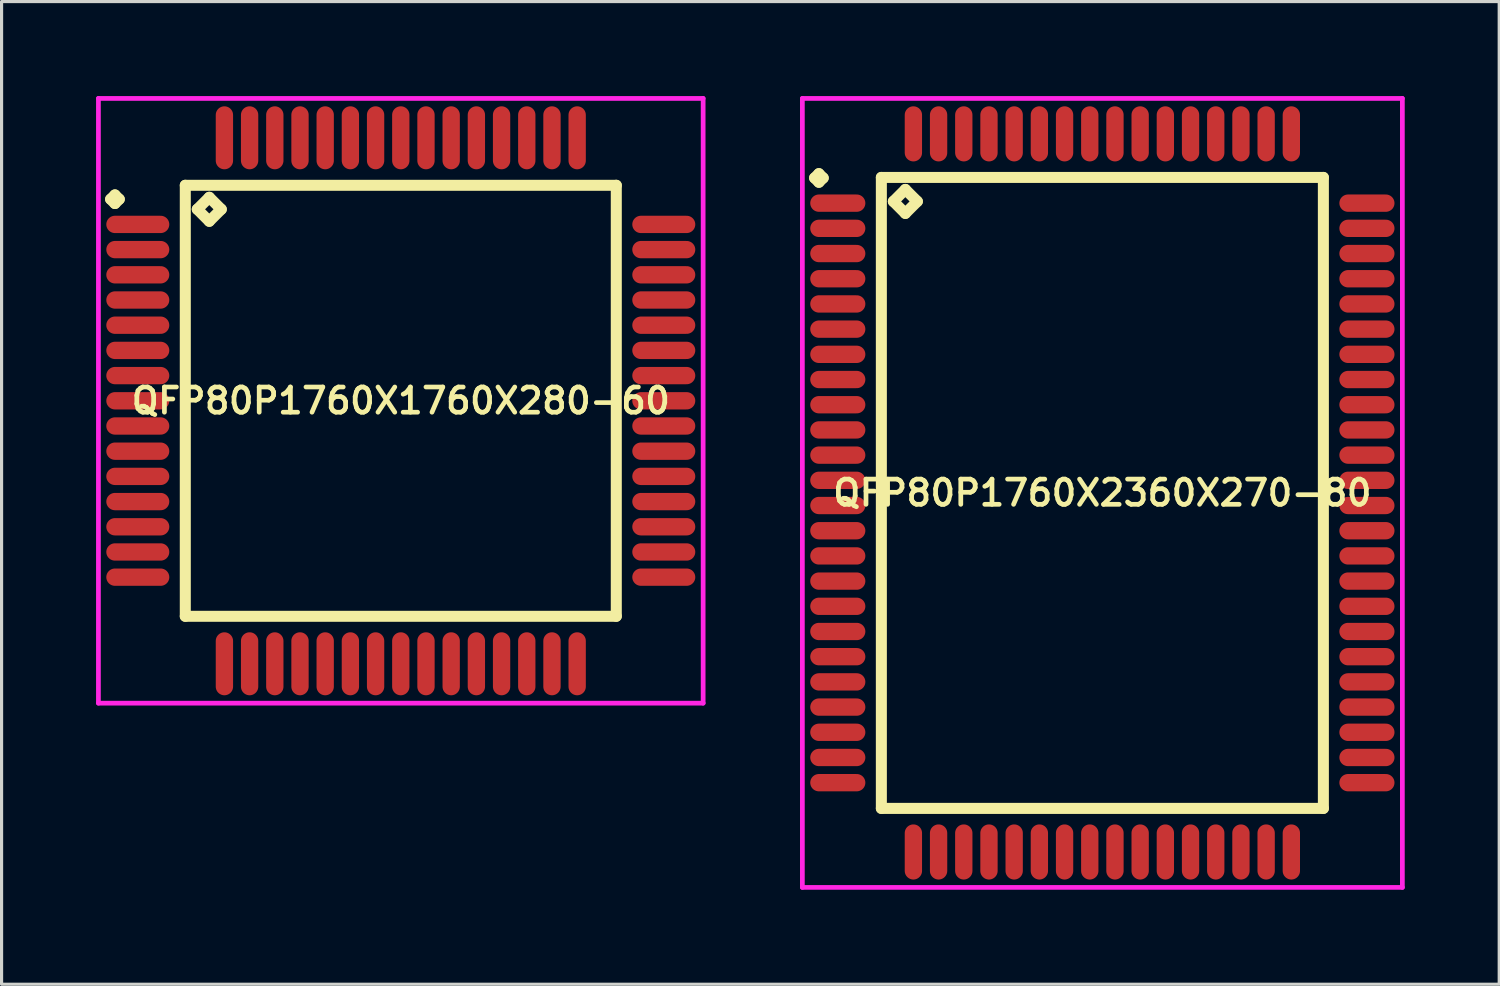
<source format=kicad_pcb>
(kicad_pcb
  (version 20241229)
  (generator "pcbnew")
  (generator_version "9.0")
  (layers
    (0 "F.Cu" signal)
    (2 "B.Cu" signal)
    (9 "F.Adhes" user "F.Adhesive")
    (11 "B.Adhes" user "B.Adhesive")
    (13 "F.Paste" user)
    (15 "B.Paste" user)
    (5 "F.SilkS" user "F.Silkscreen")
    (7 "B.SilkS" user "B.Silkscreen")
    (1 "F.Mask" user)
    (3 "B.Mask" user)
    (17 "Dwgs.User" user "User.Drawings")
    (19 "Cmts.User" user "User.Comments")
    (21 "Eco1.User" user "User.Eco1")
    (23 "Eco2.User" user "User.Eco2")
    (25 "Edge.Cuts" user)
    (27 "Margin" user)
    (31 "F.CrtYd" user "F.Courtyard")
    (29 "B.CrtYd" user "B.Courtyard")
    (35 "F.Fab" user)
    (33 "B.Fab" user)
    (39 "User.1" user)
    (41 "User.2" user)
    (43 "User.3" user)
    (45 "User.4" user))
  (footprint "QFP80P1760X1760X280-60"
    (layer "F.Cu")
    (at 9.675 9.675)
    (property "Reference" "QFP80P1760X1760X280-60" (at 0 0 0) (layer "F.SilkS") (effects (font (size 0.8 0.8) (thickness 0.15))))
    (attr through_hole)
    (fp_line (start -9.213 -6.4) (end -9.075 -6.537) (stroke (width 0.35) (type solid)) (layer "F.SilkS"))
    (fp_line (start -9.075 -6.537) (end -8.938 -6.4) (stroke (width 0.35) (type solid)) (layer "F.SilkS"))
    (fp_line (start -9.075 -6.263) (end -9.213 -6.4) (stroke (width 0.35) (type solid)) (layer "F.SilkS"))
    (fp_line (start -8.938 -6.4) (end -9.075 -6.263) (stroke (width 0.35) (type solid)) (layer "F.SilkS"))
    (fp_line (start -6.842 -6.842) (end -6.842 6.842) (stroke (width 0.35) (type solid)) (layer "F.SilkS"))
    (fp_line (start -6.842 6.842) (end 6.842 6.842) (stroke (width 0.35) (type solid)) (layer "F.SilkS"))
    (fp_line (start -6.461 -6.08) (end -6.08 -6.461) (stroke (width 0.35) (type solid)) (layer "F.SilkS"))
    (fp_line (start -6.08 -6.461) (end -5.699 -6.08) (stroke (width 0.35) (type solid)) (layer "F.SilkS"))
    (fp_line (start -6.08 -5.699) (end -6.461 -6.08) (stroke (width 0.35) (type solid)) (layer "F.SilkS"))
    (fp_line (start -5.699 -6.08) (end -6.08 -5.699) (stroke (width 0.35) (type solid)) (layer "F.SilkS"))
    (fp_line (start 6.842 -6.842) (end -6.842 -6.842) (stroke (width 0.35) (type solid)) (layer "F.SilkS"))
    (fp_line (start 6.842 6.842) (end 6.842 -6.842) (stroke (width 0.35) (type solid)) (layer "F.SilkS"))
    (fp_line (start -9.6 -9.6) (end 9.6 -9.6) (stroke (width 0.15) (type solid)) (layer "F.CrtYd"))
    (fp_line (start -9.6 9.6) (end -9.6 -9.6) (stroke (width 0.15) (type solid)) (layer "F.CrtYd"))
    (fp_line (start 9.6 -9.6) (end 9.6 9.6) (stroke (width 0.15) (type solid)) (layer "F.CrtYd"))
    (fp_line (start 9.6 9.6) (end -9.6 9.6) (stroke (width 0.15) (type solid)) (layer "F.CrtYd"))
    (pad "1" smd oval (at -8.35 -5.6) (size 2 0.55) (layers "F.Cu" "F.Mask" "F.Paste"))
    (pad "2" smd oval (at -8.35 -4.8) (size 2 0.55) (layers "F.Cu" "F.Mask" "F.Paste"))
    (pad "3" smd oval (at -8.35 -4) (size 2 0.55) (layers "F.Cu" "F.Mask" "F.Paste"))
    (pad "4" smd oval (at -8.35 -3.2) (size 2 0.55) (layers "F.Cu" "F.Mask" "F.Paste"))
    (pad "5" smd oval (at -8.35 -2.4) (size 2 0.55) (layers "F.Cu" "F.Mask" "F.Paste"))
    (pad "6" smd oval (at -8.35 -1.6) (size 2 0.55) (layers "F.Cu" "F.Mask" "F.Paste"))
    (pad "7" smd oval (at -8.35 -0.8) (size 2 0.55) (layers "F.Cu" "F.Mask" "F.Paste"))
    (pad "8" smd oval (at -8.35 0) (size 2 0.55) (layers "F.Cu" "F.Mask" "F.Paste"))
    (pad "9" smd oval (at -8.35 0.8) (size 2 0.55) (layers "F.Cu" "F.Mask" "F.Paste"))
    (pad "10" smd oval (at -8.35 1.6) (size 2 0.55) (layers "F.Cu" "F.Mask" "F.Paste"))
    (pad "11" smd oval (at -8.35 2.4) (size 2 0.55) (layers "F.Cu" "F.Mask" "F.Paste"))
    (pad "12" smd oval (at -8.35 3.2) (size 2 0.55) (layers "F.Cu" "F.Mask" "F.Paste"))
    (pad "13" smd oval (at -8.35 4) (size 2 0.55) (layers "F.Cu" "F.Mask" "F.Paste"))
    (pad "14" smd oval (at -8.35 4.8) (size 2 0.55) (layers "F.Cu" "F.Mask" "F.Paste"))
    (pad "15" smd oval (at -8.35 5.6) (size 2 0.55) (layers "F.Cu" "F.Mask" "F.Paste"))
    (pad "16" smd oval (at -5.6 8.35) (size 0.55 2) (layers "F.Cu" "F.Mask" "F.Paste"))
    (pad "17" smd oval (at -4.8 8.35) (size 0.55 2) (layers "F.Cu" "F.Mask" "F.Paste"))
    (pad "18" smd oval (at -4 8.35) (size 0.55 2) (layers "F.Cu" "F.Mask" "F.Paste"))
    (pad "19" smd oval (at -3.2 8.35) (size 0.55 2) (layers "F.Cu" "F.Mask" "F.Paste"))
    (pad "20" smd oval (at -2.4 8.35) (size 0.55 2) (layers "F.Cu" "F.Mask" "F.Paste"))
    (pad "21" smd oval (at -1.6 8.35) (size 0.55 2) (layers "F.Cu" "F.Mask" "F.Paste"))
    (pad "22" smd oval (at -0.8 8.35) (size 0.55 2) (layers "F.Cu" "F.Mask" "F.Paste"))
    (pad "23" smd oval (at 0 8.35) (size 0.55 2) (layers "F.Cu" "F.Mask" "F.Paste"))
    (pad "24" smd oval (at 0.8 8.35) (size 0.55 2) (layers "F.Cu" "F.Mask" "F.Paste"))
    (pad "25" smd oval (at 1.6 8.35) (size 0.55 2) (layers "F.Cu" "F.Mask" "F.Paste"))
    (pad "26" smd oval (at 2.4 8.35) (size 0.55 2) (layers "F.Cu" "F.Mask" "F.Paste"))
    (pad "27" smd oval (at 3.2 8.35) (size 0.55 2) (layers "F.Cu" "F.Mask" "F.Paste"))
    (pad "28" smd oval (at 4 8.35) (size 0.55 2) (layers "F.Cu" "F.Mask" "F.Paste"))
    (pad "29" smd oval (at 4.8 8.35) (size 0.55 2) (layers "F.Cu" "F.Mask" "F.Paste"))
    (pad "30" smd oval (at 5.6 8.35) (size 0.55 2) (layers "F.Cu" "F.Mask" "F.Paste"))
    (pad "31" smd oval (at 8.35 5.6) (size 2 0.55) (layers "F.Cu" "F.Mask" "F.Paste"))
    (pad "32" smd oval (at 8.35 4.8) (size 2 0.55) (layers "F.Cu" "F.Mask" "F.Paste"))
    (pad "33" smd oval (at 8.35 4) (size 2 0.55) (layers "F.Cu" "F.Mask" "F.Paste"))
    (pad "34" smd oval (at 8.35 3.2) (size 2 0.55) (layers "F.Cu" "F.Mask" "F.Paste"))
    (pad "35" smd oval (at 8.35 2.4) (size 2 0.55) (layers "F.Cu" "F.Mask" "F.Paste"))
    (pad "36" smd oval (at 8.35 1.6) (size 2 0.55) (layers "F.Cu" "F.Mask" "F.Paste"))
    (pad "37" smd oval (at 8.35 0.8) (size 2 0.55) (layers "F.Cu" "F.Mask" "F.Paste"))
    (pad "38" smd oval (at 8.35 0) (size 2 0.55) (layers "F.Cu" "F.Mask" "F.Paste"))
    (pad "39" smd oval (at 8.35 -0.8) (size 2 0.55) (layers "F.Cu" "F.Mask" "F.Paste"))
    (pad "40" smd oval (at 8.35 -1.6) (size 2 0.55) (layers "F.Cu" "F.Mask" "F.Paste"))
    (pad "41" smd oval (at 8.35 -2.4) (size 2 0.55) (layers "F.Cu" "F.Mask" "F.Paste"))
    (pad "42" smd oval (at 8.35 -3.2) (size 2 0.55) (layers "F.Cu" "F.Mask" "F.Paste"))
    (pad "43" smd oval (at 8.35 -4) (size 2 0.55) (layers "F.Cu" "F.Mask" "F.Paste"))
    (pad "44" smd oval (at 8.35 -4.8) (size 2 0.55) (layers "F.Cu" "F.Mask" "F.Paste"))
    (pad "45" smd oval (at 8.35 -5.6) (size 2 0.55) (layers "F.Cu" "F.Mask" "F.Paste"))
    (pad "46" smd oval (at 5.6 -8.35) (size 0.55 2) (layers "F.Cu" "F.Mask" "F.Paste"))
    (pad "47" smd oval (at 4.8 -8.35) (size 0.55 2) (layers "F.Cu" "F.Mask" "F.Paste"))
    (pad "48" smd oval (at 4 -8.35) (size 0.55 2) (layers "F.Cu" "F.Mask" "F.Paste"))
    (pad "49" smd oval (at 3.2 -8.35) (size 0.55 2) (layers "F.Cu" "F.Mask" "F.Paste"))
    (pad "50" smd oval (at 2.4 -8.35) (size 0.55 2) (layers "F.Cu" "F.Mask" "F.Paste"))
    (pad "51" smd oval (at 1.6 -8.35) (size 0.55 2) (layers "F.Cu" "F.Mask" "F.Paste"))
    (pad "52" smd oval (at 0.8 -8.35) (size 0.55 2) (layers "F.Cu" "F.Mask" "F.Paste"))
    (pad "53" smd oval (at 0 -8.35) (size 0.55 2) (layers "F.Cu" "F.Mask" "F.Paste"))
    (pad "54" smd oval (at -0.8 -8.35) (size 0.55 2) (layers "F.Cu" "F.Mask" "F.Paste"))
    (pad "55" smd oval (at -1.6 -8.35) (size 0.55 2) (layers "F.Cu" "F.Mask" "F.Paste"))
    (pad "56" smd oval (at -2.4 -8.35) (size 0.55 2) (layers "F.Cu" "F.Mask" "F.Paste"))
    (pad "57" smd oval (at -3.2 -8.35) (size 0.55 2) (layers "F.Cu" "F.Mask" "F.Paste"))
    (pad "58" smd oval (at -4 -8.35) (size 0.55 2) (layers "F.Cu" "F.Mask" "F.Paste"))
    (pad "59" smd oval (at -4.8 -8.35) (size 0.55 2) (layers "F.Cu" "F.Mask" "F.Paste"))
    (pad "60" smd oval (at -5.6 -8.35) (size 0.55 2) (layers "F.Cu" "F.Mask" "F.Paste")))
  (footprint "QFP80P1760X2360X270-80"
    (layer "F.Cu")
    (at 31.95 12.6)
    (property "Reference" "QFP80P1760X2360X270-80" (at 0 0 0) (layer "F.SilkS") (effects (font (size 0.8 0.8) (thickness 0.15))))
    (attr through_hole)
    (fp_line (start -9.137 -10) (end -9 -10.137) (stroke (width 0.35) (type solid)) (layer "F.SilkS"))
    (fp_line (start -9 -10.137) (end -8.863 -10) (stroke (width 0.35) (type solid)) (layer "F.SilkS"))
    (fp_line (start -9 -9.863) (end -9.137 -10) (stroke (width 0.35) (type solid)) (layer "F.SilkS"))
    (fp_line (start -8.863 -10) (end -9 -9.863) (stroke (width 0.35) (type solid)) (layer "F.SilkS"))
    (fp_line (start -7.017 -10.017) (end -7.017 10.017) (stroke (width 0.35) (type solid)) (layer "F.SilkS"))
    (fp_line (start -7.017 10.017) (end 7.017 10.017) (stroke (width 0.35) (type solid)) (layer "F.SilkS"))
    (fp_line (start -6.636 -9.255) (end -6.255 -9.636) (stroke (width 0.35) (type solid)) (layer "F.SilkS"))
    (fp_line (start -6.255 -9.636) (end -5.874 -9.255) (stroke (width 0.35) (type solid)) (layer "F.SilkS"))
    (fp_line (start -6.255 -8.874) (end -6.636 -9.255) (stroke (width 0.35) (type solid)) (layer "F.SilkS"))
    (fp_line (start -5.874 -9.255) (end -6.255 -8.874) (stroke (width 0.35) (type solid)) (layer "F.SilkS"))
    (fp_line (start 7.017 -10.017) (end -7.017 -10.017) (stroke (width 0.35) (type solid)) (layer "F.SilkS"))
    (fp_line (start 7.017 10.017) (end 7.017 -10.017) (stroke (width 0.35) (type solid)) (layer "F.SilkS"))
    (fp_line (start -9.525 -12.525) (end 9.525 -12.525) (stroke (width 0.15) (type solid)) (layer "F.CrtYd"))
    (fp_line (start -9.525 12.525) (end -9.525 -12.525) (stroke (width 0.15) (type solid)) (layer "F.CrtYd"))
    (fp_line (start 9.525 -12.525) (end 9.525 12.525) (stroke (width 0.15) (type solid)) (layer "F.CrtYd"))
    (fp_line (start 9.525 12.525) (end -9.525 12.525) (stroke (width 0.15) (type solid)) (layer "F.CrtYd"))
    (pad "1" smd oval (at -8.4 -9.2) (size 1.75 0.55) (layers "F.Cu" "F.Mask" "F.Paste"))
    (pad "2" smd oval (at -8.4 -8.4) (size 1.75 0.55) (layers "F.Cu" "F.Mask" "F.Paste"))
    (pad "3" smd oval (at -8.4 -7.6) (size 1.75 0.55) (layers "F.Cu" "F.Mask" "F.Paste"))
    (pad "4" smd oval (at -8.4 -6.8) (size 1.75 0.55) (layers "F.Cu" "F.Mask" "F.Paste"))
    (pad "5" smd oval (at -8.4 -6) (size 1.75 0.55) (layers "F.Cu" "F.Mask" "F.Paste"))
    (pad "6" smd oval (at -8.4 -5.2) (size 1.75 0.55) (layers "F.Cu" "F.Mask" "F.Paste"))
    (pad "7" smd oval (at -8.4 -4.4) (size 1.75 0.55) (layers "F.Cu" "F.Mask" "F.Paste"))
    (pad "8" smd oval (at -8.4 -3.6) (size 1.75 0.55) (layers "F.Cu" "F.Mask" "F.Paste"))
    (pad "9" smd oval (at -8.4 -2.8) (size 1.75 0.55) (layers "F.Cu" "F.Mask" "F.Paste"))
    (pad "10" smd oval (at -8.4 -2) (size 1.75 0.55) (layers "F.Cu" "F.Mask" "F.Paste"))
    (pad "11" smd oval (at -8.4 -1.2) (size 1.75 0.55) (layers "F.Cu" "F.Mask" "F.Paste"))
    (pad "12" smd oval (at -8.4 -0.4) (size 1.75 0.55) (layers "F.Cu" "F.Mask" "F.Paste"))
    (pad "13" smd oval (at -8.4 0.4) (size 1.75 0.55) (layers "F.Cu" "F.Mask" "F.Paste"))
    (pad "14" smd oval (at -8.4 1.2) (size 1.75 0.55) (layers "F.Cu" "F.Mask" "F.Paste"))
    (pad "15" smd oval (at -8.4 2) (size 1.75 0.55) (layers "F.Cu" "F.Mask" "F.Paste"))
    (pad "16" smd oval (at -8.4 2.8) (size 1.75 0.55) (layers "F.Cu" "F.Mask" "F.Paste"))
    (pad "17" smd oval (at -8.4 3.6) (size 1.75 0.55) (layers "F.Cu" "F.Mask" "F.Paste"))
    (pad "18" smd oval (at -8.4 4.4) (size 1.75 0.55) (layers "F.Cu" "F.Mask" "F.Paste"))
    (pad "19" smd oval (at -8.4 5.2) (size 1.75 0.55) (layers "F.Cu" "F.Mask" "F.Paste"))
    (pad "20" smd oval (at -8.4 6) (size 1.75 0.55) (layers "F.Cu" "F.Mask" "F.Paste"))
    (pad "21" smd oval (at -8.4 6.8) (size 1.75 0.55) (layers "F.Cu" "F.Mask" "F.Paste"))
    (pad "22" smd oval (at -8.4 7.6) (size 1.75 0.55) (layers "F.Cu" "F.Mask" "F.Paste"))
    (pad "23" smd oval (at -8.4 8.4) (size 1.75 0.55) (layers "F.Cu" "F.Mask" "F.Paste"))
    (pad "24" smd oval (at -8.4 9.2) (size 1.75 0.55) (layers "F.Cu" "F.Mask" "F.Paste"))
    (pad "25" smd oval (at -6 11.4) (size 0.55 1.75) (layers "F.Cu" "F.Mask" "F.Paste"))
    (pad "26" smd oval (at -5.2 11.4) (size 0.55 1.75) (layers "F.Cu" "F.Mask" "F.Paste"))
    (pad "27" smd oval (at -4.4 11.4) (size 0.55 1.75) (layers "F.Cu" "F.Mask" "F.Paste"))
    (pad "28" smd oval (at -3.6 11.4) (size 0.55 1.75) (layers "F.Cu" "F.Mask" "F.Paste"))
    (pad "29" smd oval (at -2.8 11.4) (size 0.55 1.75) (layers "F.Cu" "F.Mask" "F.Paste"))
    (pad "30" smd oval (at -2 11.4) (size 0.55 1.75) (layers "F.Cu" "F.Mask" "F.Paste"))
    (pad "31" smd oval (at -1.2 11.4) (size 0.55 1.75) (layers "F.Cu" "F.Mask" "F.Paste"))
    (pad "32" smd oval (at -0.4 11.4) (size 0.55 1.75) (layers "F.Cu" "F.Mask" "F.Paste"))
    (pad "33" smd oval (at 0.4 11.4) (size 0.55 1.75) (layers "F.Cu" "F.Mask" "F.Paste"))
    (pad "34" smd oval (at 1.2 11.4) (size 0.55 1.75) (layers "F.Cu" "F.Mask" "F.Paste"))
    (pad "35" smd oval (at 2 11.4) (size 0.55 1.75) (layers "F.Cu" "F.Mask" "F.Paste"))
    (pad "36" smd oval (at 2.8 11.4) (size 0.55 1.75) (layers "F.Cu" "F.Mask" "F.Paste"))
    (pad "37" smd oval (at 3.6 11.4) (size 0.55 1.75) (layers "F.Cu" "F.Mask" "F.Paste"))
    (pad "38" smd oval (at 4.4 11.4) (size 0.55 1.75) (layers "F.Cu" "F.Mask" "F.Paste"))
    (pad "39" smd oval (at 5.2 11.4) (size 0.55 1.75) (layers "F.Cu" "F.Mask" "F.Paste"))
    (pad "40" smd oval (at 6 11.4) (size 0.55 1.75) (layers "F.Cu" "F.Mask" "F.Paste"))
    (pad "41" smd oval (at 8.4 9.2) (size 1.75 0.55) (layers "F.Cu" "F.Mask" "F.Paste"))
    (pad "42" smd oval (at 8.4 8.4) (size 1.75 0.55) (layers "F.Cu" "F.Mask" "F.Paste"))
    (pad "43" smd oval (at 8.4 7.6) (size 1.75 0.55) (layers "F.Cu" "F.Mask" "F.Paste"))
    (pad "44" smd oval (at 8.4 6.8) (size 1.75 0.55) (layers "F.Cu" "F.Mask" "F.Paste"))
    (pad "45" smd oval (at 8.4 6) (size 1.75 0.55) (layers "F.Cu" "F.Mask" "F.Paste"))
    (pad "46" smd oval (at 8.4 5.2) (size 1.75 0.55) (layers "F.Cu" "F.Mask" "F.Paste"))
    (pad "47" smd oval (at 8.4 4.4) (size 1.75 0.55) (layers "F.Cu" "F.Mask" "F.Paste"))
    (pad "48" smd oval (at 8.4 3.6) (size 1.75 0.55) (layers "F.Cu" "F.Mask" "F.Paste"))
    (pad "49" smd oval (at 8.4 2.8) (size 1.75 0.55) (layers "F.Cu" "F.Mask" "F.Paste"))
    (pad "50" smd oval (at 8.4 2) (size 1.75 0.55) (layers "F.Cu" "F.Mask" "F.Paste"))
    (pad "51" smd oval (at 8.4 1.2) (size 1.75 0.55) (layers "F.Cu" "F.Mask" "F.Paste"))
    (pad "52" smd oval (at 8.4 0.4) (size 1.75 0.55) (layers "F.Cu" "F.Mask" "F.Paste"))
    (pad "53" smd oval (at 8.4 -0.4) (size 1.75 0.55) (layers "F.Cu" "F.Mask" "F.Paste"))
    (pad "54" smd oval (at 8.4 -1.2) (size 1.75 0.55) (layers "F.Cu" "F.Mask" "F.Paste"))
    (pad "55" smd oval (at 8.4 -2) (size 1.75 0.55) (layers "F.Cu" "F.Mask" "F.Paste"))
    (pad "56" smd oval (at 8.4 -2.8) (size 1.75 0.55) (layers "F.Cu" "F.Mask" "F.Paste"))
    (pad "57" smd oval (at 8.4 -3.6) (size 1.75 0.55) (layers "F.Cu" "F.Mask" "F.Paste"))
    (pad "58" smd oval (at 8.4 -4.4) (size 1.75 0.55) (layers "F.Cu" "F.Mask" "F.Paste"))
    (pad "59" smd oval (at 8.4 -5.2) (size 1.75 0.55) (layers "F.Cu" "F.Mask" "F.Paste"))
    (pad "60" smd oval (at 8.4 -6) (size 1.75 0.55) (layers "F.Cu" "F.Mask" "F.Paste"))
    (pad "61" smd oval (at 8.4 -6.8) (size 1.75 0.55) (layers "F.Cu" "F.Mask" "F.Paste"))
    (pad "62" smd oval (at 8.4 -7.6) (size 1.75 0.55) (layers "F.Cu" "F.Mask" "F.Paste"))
    (pad "63" smd oval (at 8.4 -8.4) (size 1.75 0.55) (layers "F.Cu" "F.Mask" "F.Paste"))
    (pad "64" smd oval (at 8.4 -9.2) (size 1.75 0.55) (layers "F.Cu" "F.Mask" "F.Paste"))
    (pad "65" smd oval (at 6 -11.4) (size 0.55 1.75) (layers "F.Cu" "F.Mask" "F.Paste"))
    (pad "66" smd oval (at 5.2 -11.4) (size 0.55 1.75) (layers "F.Cu" "F.Mask" "F.Paste"))
    (pad "67" smd oval (at 4.4 -11.4) (size 0.55 1.75) (layers "F.Cu" "F.Mask" "F.Paste"))
    (pad "68" smd oval (at 3.6 -11.4) (size 0.55 1.75) (layers "F.Cu" "F.Mask" "F.Paste"))
    (pad "69" smd oval (at 2.8 -11.4) (size 0.55 1.75) (layers "F.Cu" "F.Mask" "F.Paste"))
    (pad "70" smd oval (at 2 -11.4) (size 0.55 1.75) (layers "F.Cu" "F.Mask" "F.Paste"))
    (pad "71" smd oval (at 1.2 -11.4) (size 0.55 1.75) (layers "F.Cu" "F.Mask" "F.Paste"))
    (pad "72" smd oval (at 0.4 -11.4) (size 0.55 1.75) (layers "F.Cu" "F.Mask" "F.Paste"))
    (pad "73" smd oval (at -0.4 -11.4) (size 0.55 1.75) (layers "F.Cu" "F.Mask" "F.Paste"))
    (pad "74" smd oval (at -1.2 -11.4) (size 0.55 1.75) (layers "F.Cu" "F.Mask" "F.Paste"))
    (pad "75" smd oval (at -2 -11.4) (size 0.55 1.75) (layers "F.Cu" "F.Mask" "F.Paste"))
    (pad "76" smd oval (at -2.8 -11.4) (size 0.55 1.75) (layers "F.Cu" "F.Mask" "F.Paste"))
    (pad "77" smd oval (at -3.6 -11.4) (size 0.55 1.75) (layers "F.Cu" "F.Mask" "F.Paste"))
    (pad "78" smd oval (at -4.4 -11.4) (size 0.55 1.75) (layers "F.Cu" "F.Mask" "F.Paste"))
    (pad "79" smd oval (at -5.2 -11.4) (size 0.55 1.75) (layers "F.Cu" "F.Mask" "F.Paste"))
    (pad "80" smd oval (at -6 -11.4) (size 0.55 1.75) (layers "F.Cu" "F.Mask" "F.Paste")))
  (gr_rect
    (start -3 -3)
    (end 44.55 28.2)
    (stroke (width 0.1) (type default))
    (fill no)
    (layer "Edge.Cuts")))
</source>
